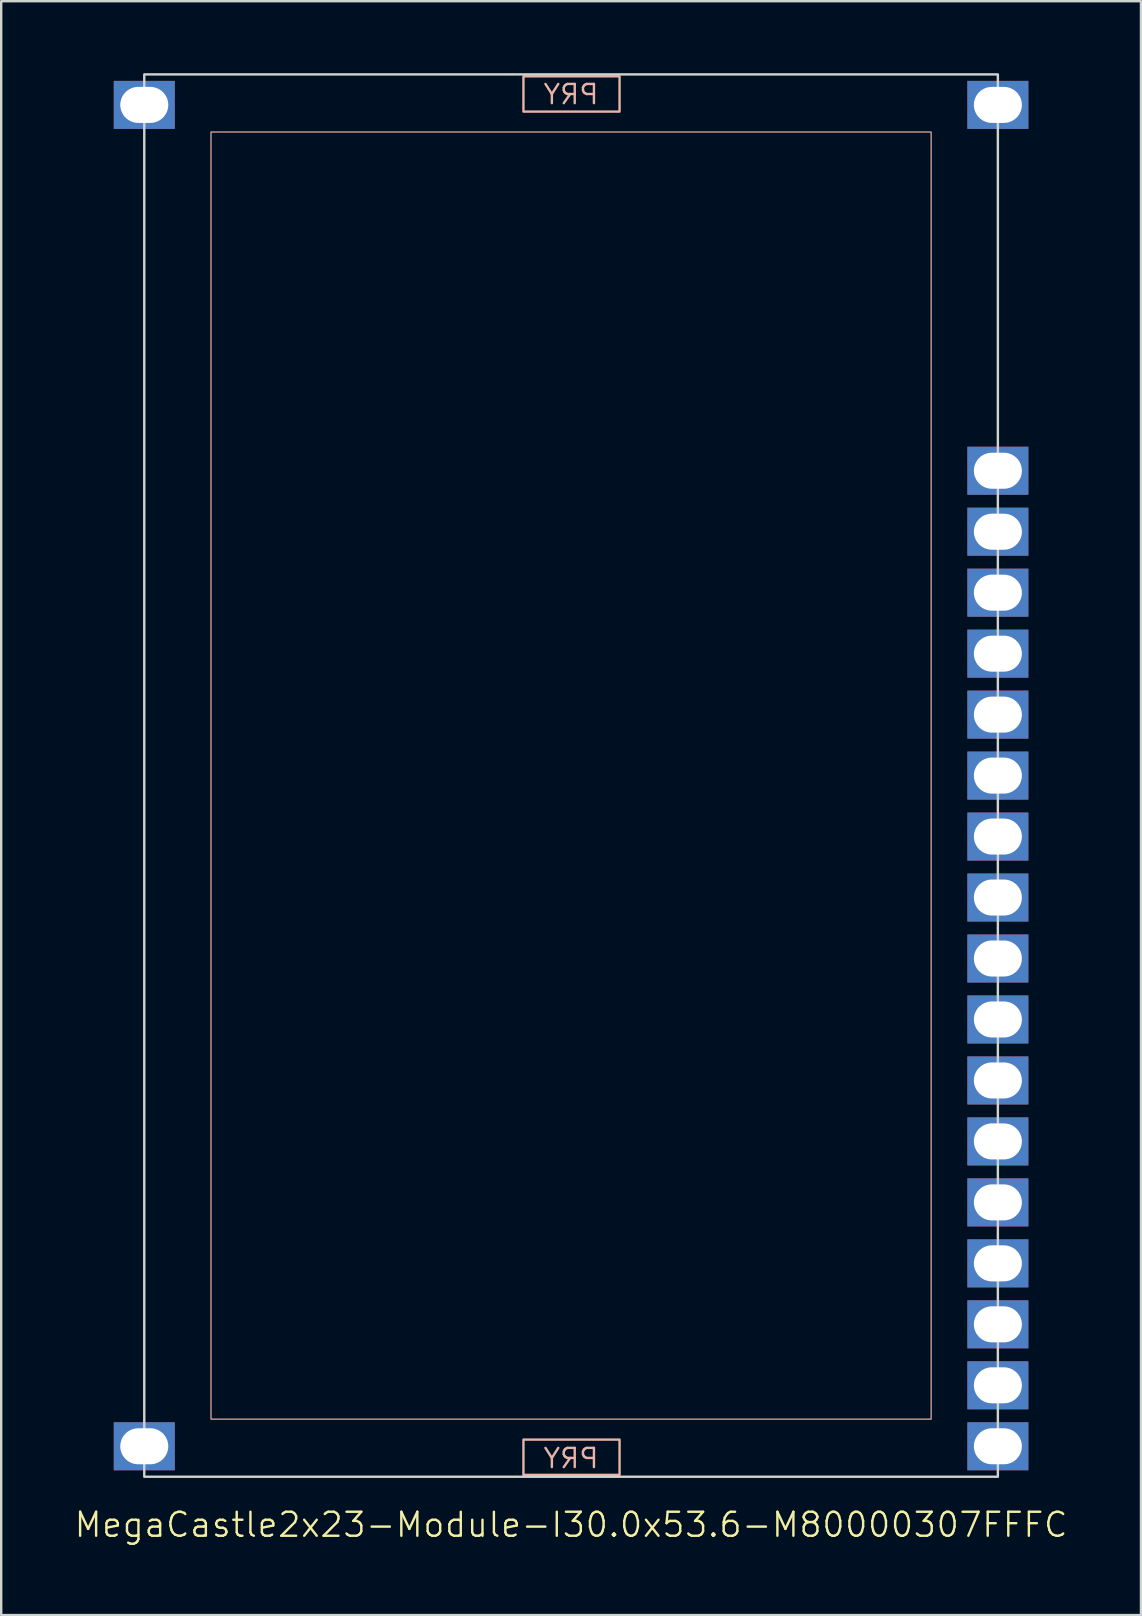
<source format=kicad_pcb>
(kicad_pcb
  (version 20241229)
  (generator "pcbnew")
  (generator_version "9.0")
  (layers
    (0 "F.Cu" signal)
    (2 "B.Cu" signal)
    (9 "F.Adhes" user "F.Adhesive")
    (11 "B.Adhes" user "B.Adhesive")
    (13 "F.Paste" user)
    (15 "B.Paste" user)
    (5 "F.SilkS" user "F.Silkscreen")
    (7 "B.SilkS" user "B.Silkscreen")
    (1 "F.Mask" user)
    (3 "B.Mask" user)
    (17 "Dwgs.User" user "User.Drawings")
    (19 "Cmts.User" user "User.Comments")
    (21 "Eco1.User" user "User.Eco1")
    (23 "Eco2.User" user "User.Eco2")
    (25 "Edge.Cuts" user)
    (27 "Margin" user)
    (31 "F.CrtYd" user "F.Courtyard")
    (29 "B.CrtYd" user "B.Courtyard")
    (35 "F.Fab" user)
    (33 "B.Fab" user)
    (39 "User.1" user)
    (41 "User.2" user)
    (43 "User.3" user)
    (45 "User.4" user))
  (footprint "MegaCastle2x23-Module-I30.0x53.6-M80000307FFFC"
    (layer "F.Cu")
    (at 20.74 29.26)
    (property "Reference" "MegaCastle2x23-Module-I30.0x53.6-M80000307FFFC" (at 0 31.21 0) (unlocked yes) (layer "F.SilkS") (effects (font (size 1 1) (thickness 0.1))))
    (attr smd)
    (fp_rect (start -15 26.81) (end 15 -26.81) (stroke (width 0.05) (type default)) (fill no) (layer "B.SilkS"))
    (fp_rect (start -1.984 -27.661) (end 2.02 -29.13) (stroke (width 0.1) (type default)) (fill no) (layer "B.SilkS"))
    (fp_rect (start -1.984 27.661) (end 2.02 29.13) (stroke (width 0.1) (type default)) (fill no) (layer "B.SilkS"))
    (fp_rect (start -17.78 29.21) (end 17.78 -29.21) (stroke (width 0.1) (type default)) (fill no) (layer "Edge.Cuts"))
    (fp_text user "PRY" (at 0 28.91 0) (unlocked yes) (layer "B.SilkS") (effects (font (size 0.8 0.8) (thickness 0.1)) (justify bottom mirror)))
    (fp_text user "PRY" (at 0 -27.91 0) (unlocked yes) (layer "B.SilkS") (effects (font (size 0.8 0.8) (thickness 0.1)) (justify bottom mirror)))
    (pad "1" thru_hole rect (at -17.78 -27.94) (size 2.54 2) (drill oval 2 1.5) (property pad_prop_castellated) (layers "*.Cu" "*.Mask"))
    (pad "23" thru_hole rect (at -17.78 27.94) (size 2.54 2) (drill oval 2 1.5) (property pad_prop_castellated) (layers "*.Cu" "*.Mask"))
    (pad "24" thru_hole rect (at 17.78 -27.94) (size 2.54 2) (drill oval 2 1.5) (property pad_prop_castellated) (layers "*.Cu" "*.Mask"))
    (pad "30" thru_hole rect (at 17.78 -12.7) (size 2.54 2) (drill oval 2 1.5) (property pad_prop_castellated) (layers "*.Cu" "*.Mask"))
    (pad "31" thru_hole rect (at 17.78 -10.16) (size 2.54 2) (drill oval 2 1.5) (property pad_prop_castellated) (layers "*.Cu" "*.Mask"))
    (pad "32" thru_hole rect (at 17.78 -7.62) (size 2.54 2) (drill oval 2 1.5) (property pad_prop_castellated) (layers "*.Cu" "*.Mask"))
    (pad "33" thru_hole rect (at 17.78 -5.08) (size 2.54 2) (drill oval 2 1.5) (property pad_prop_castellated) (layers "*.Cu" "*.Mask"))
    (pad "34" thru_hole rect (at 17.78 -2.54) (size 2.54 2) (drill oval 2 1.5) (property pad_prop_castellated) (layers "*.Cu" "*.Mask"))
    (pad "35" thru_hole rect (at 17.78 0) (size 2.54 2) (drill oval 2 1.5) (property pad_prop_castellated) (layers "*.Cu" "*.Mask"))
    (pad "36" thru_hole rect (at 17.78 2.54) (size 2.54 2) (drill oval 2 1.5) (property pad_prop_castellated) (layers "*.Cu" "*.Mask"))
    (pad "37" thru_hole rect (at 17.78 5.08) (size 2.54 2) (drill oval 2 1.5) (property pad_prop_castellated) (layers "*.Cu" "*.Mask"))
    (pad "38" thru_hole rect (at 17.78 7.62) (size 2.54 2) (drill oval 2 1.5) (property pad_prop_castellated) (layers "*.Cu" "*.Mask"))
    (pad "39" thru_hole rect (at 17.78 10.16) (size 2.54 2) (drill oval 2 1.5) (property pad_prop_castellated) (layers "*.Cu" "*.Mask"))
    (pad "40" thru_hole rect (at 17.78 12.7) (size 2.54 2) (drill oval 2 1.5) (property pad_prop_castellated) (layers "*.Cu" "*.Mask"))
    (pad "41" thru_hole rect (at 17.78 15.24) (size 2.54 2) (drill oval 2 1.5) (property pad_prop_castellated) (layers "*.Cu" "*.Mask"))
    (pad "42" thru_hole rect (at 17.78 17.78) (size 2.54 2) (drill oval 2 1.5) (property pad_prop_castellated) (layers "*.Cu" "*.Mask"))
    (pad "43" thru_hole rect (at 17.78 20.32) (size 2.54 2) (drill oval 2 1.5) (property pad_prop_castellated) (layers "*.Cu" "*.Mask"))
    (pad "44" thru_hole rect (at 17.78 22.86) (size 2.54 2) (drill oval 2 1.5) (property pad_prop_castellated) (layers "*.Cu" "*.Mask"))
    (pad "45" thru_hole rect (at 17.78 25.4) (size 2.54 2) (drill oval 2 1.5) (property pad_prop_castellated) (layers "*.Cu" "*.Mask"))
    (pad "46" thru_hole rect (at 17.78 27.94) (size 2.54 2) (drill oval 2 1.5) (property pad_prop_castellated) (layers "*.Cu" "*.Mask"))
    (zone (net_name "") (layer "B.Cu") (hatch edge 0.5) (connect_pads) (min_thickness 0.25) (filled_areas_thickness no) (keepout (tracks allowed) (vias allowed) (pads allowed) (copperpour allowed) (footprints not_allowed)) (placement (enabled no)) (fill) (polygon (pts (xy 2.96 58.47) (xy 2.96 0.05) (xy 5.74 0.05) (xy 5.74 58.47))))
    (zone (net_name "") (layer "B.Cu") (hatch edge 0.5) (connect_pads) (min_thickness 0.25) (filled_areas_thickness no) (keepout (tracks allowed) (vias allowed) (pads allowed) (copperpour allowed) (footprints not_allowed)) (placement (enabled no)) (fill) (polygon (pts (xy 5.74 0.05) (xy 5.74 2.45) (xy 35.74 2.45) (xy 35.74 0.05))))
    (zone (net_name "") (layer "B.Cu") (hatch edge 0.5) (connect_pads) (min_thickness 0.25) (filled_areas_thickness no) (keepout (tracks allowed) (vias allowed) (pads allowed) (copperpour allowed) (footprints not_allowed)) (placement (enabled no)) (fill) (polygon (pts (xy 5.74 58.47) (xy 5.74 56.07) (xy 35.74 56.07) (xy 35.74 58.47))))
    (zone (net_name "") (layer "B.Cu") (name "Upper Pry Zone") (hatch edge 0.5) (connect_pads) (min_thickness 0.25) (filled_areas_thickness no) (keepout (tracks not_allowed) (vias not_allowed) (pads not_allowed) (copperpour allowed) (footprints not_allowed)) (placement (enabled no)) (fill) (polygon (pts (xy 18.756 1.599) (xy 18.756 0.13) (xy 22.76 0.13) (xy 22.76 1.599))))
    (zone (net_name "") (layer "B.Cu") (name "Upper Pry Zone") (hatch edge 0.5) (connect_pads) (min_thickness 0.25) (filled_areas_thickness no) (keepout (tracks not_allowed) (vias not_allowed) (pads not_allowed) (copperpour allowed) (footprints not_allowed)) (placement (enabled no)) (fill) (polygon (pts (xy 18.756 56.921) (xy 18.756 58.39) (xy 22.76 58.39) (xy 22.76 56.921))))
    (zone (net_name "") (layer "B.Cu") (hatch edge 0.5) (connect_pads) (min_thickness 0.25) (filled_areas_thickness no) (keepout (tracks allowed) (vias allowed) (pads allowed) (copperpour allowed) (footprints not_allowed)) (placement (enabled no)) (fill) (polygon (pts (xy 38.52 58.47) (xy 38.52 0.05) (xy 35.74 0.05) (xy 35.74 58.47)))))
  (gr_rect
    (start -3 -3)
    (end 44.481 64.231)
    (stroke (width 0.1) (type default))
    (fill no)
    (layer "Edge.Cuts")))
</source>
